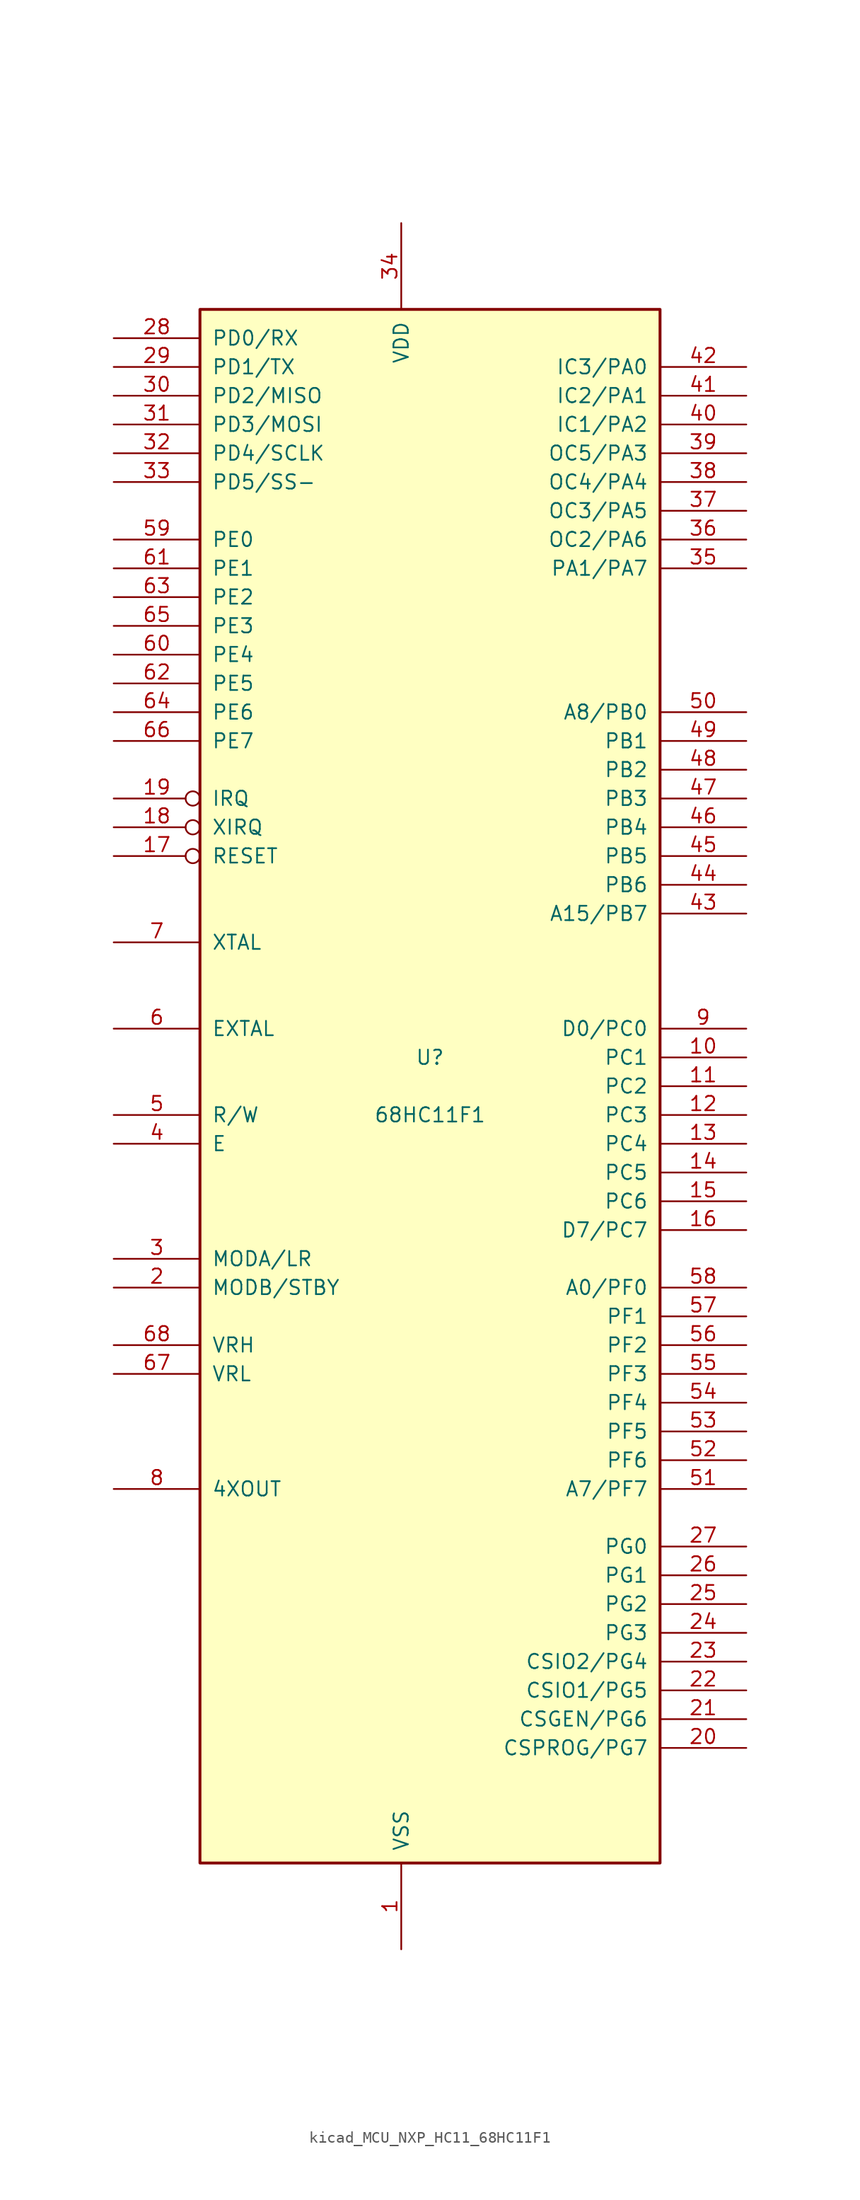
<source format=kicad_sym>
(kicad_symbol_lib
  (version 20220914)
  (generator kicad_symbol_editor)
  (symbol "kicad_MCU_NXP_HC11_68HC11F1"
    (pin_names
      (offset 1.016))
    (property "Reference" "U"
      (at 0 2.54 0)
      (effects (font (size 1.27 1.27))))
    (property "Value" "68HC11F1"
      (at 0 -2.54 0)
      (effects (font (size 1.27 1.27))))
    (symbol "kicad_MCU_NXP_HC11_68HC11F1_0_1"
      (rectangle (start -20.32 -68.58) (end 20.32 68.58) (stroke (width 0.254) (type default)) (fill (type background))))
    (symbol "kicad_MCU_NXP_HC11_68HC11F1_1_1"
      (pin power_in line (at -2.54 -76.2 90) (length 7.62) (name "VSS" (effects (font (size 1.27 1.27)))) (number "1" (effects (font (size 1.27 1.27)))))
      (pin bidirectional line (at 27.94 2.54 180) (length 7.62) (name "PC1" (effects (font (size 1.27 1.27)))) (number "10" (effects (font (size 1.27 1.27)))))
      (pin bidirectional line (at 27.94 0 180) (length 7.62) (name "PC2" (effects (font (size 1.27 1.27)))) (number "11" (effects (font (size 1.27 1.27)))))
      (pin input line (at 27.94 -2.54 180) (length 7.62) (name "PC3" (effects (font (size 1.27 1.27)))) (number "12" (effects (font (size 1.27 1.27)))))
      (pin bidirectional line (at 27.94 -5.08 180) (length 7.62) (name "PC4" (effects (font (size 1.27 1.27)))) (number "13" (effects (font (size 1.27 1.27)))))
      (pin bidirectional line (at 27.94 -7.62 180) (length 7.62) (name "PC5" (effects (font (size 1.27 1.27)))) (number "14" (effects (font (size 1.27 1.27)))))
      (pin bidirectional line (at 27.94 -10.16 180) (length 7.62) (name "PC6" (effects (font (size 1.27 1.27)))) (number "15" (effects (font (size 1.27 1.27)))))
      (pin bidirectional line (at 27.94 -12.7 180) (length 7.62) (name "D7/PC7" (effects (font (size 1.27 1.27)))) (number "16" (effects (font (size 1.27 1.27)))))
      (pin input inverted (at -27.94 20.32 0) (length 7.62) (name "RESET" (effects (font (size 1.27 1.27)))) (number "17" (effects (font (size 1.27 1.27)))))
      (pin input inverted (at -27.94 22.86 0) (length 7.62) (name "XIRQ" (effects (font (size 1.27 1.27)))) (number "18" (effects (font (size 1.27 1.27)))))
      (pin input inverted (at -27.94 25.4 0) (length 7.62) (name "IRQ" (effects (font (size 1.27 1.27)))) (number "19" (effects (font (size 1.27 1.27)))))
      (pin input line (at -27.94 -17.78 0) (length 7.62) (name "MODB/STBY" (effects (font (size 1.27 1.27)))) (number "2" (effects (font (size 1.27 1.27)))))
      (pin bidirectional line (at 27.94 -58.42 180) (length 7.62) (name "CSPROG/PG7" (effects (font (size 1.27 1.27)))) (number "20" (effects (font (size 1.27 1.27)))))
      (pin bidirectional line (at 27.94 -55.88 180) (length 7.62) (name "CSGEN/PG6" (effects (font (size 1.27 1.27)))) (number "21" (effects (font (size 1.27 1.27)))))
      (pin bidirectional line (at 27.94 -53.34 180) (length 7.62) (name "CSIO1/PG5" (effects (font (size 1.27 1.27)))) (number "22" (effects (font (size 1.27 1.27)))))
      (pin bidirectional line (at 27.94 -50.8 180) (length 7.62) (name "CSIO2/PG4" (effects (font (size 1.27 1.27)))) (number "23" (effects (font (size 1.27 1.27)))))
      (pin input line (at 27.94 -48.26 180) (length 7.62) (name "PG3" (effects (font (size 1.27 1.27)))) (number "24" (effects (font (size 1.27 1.27)))))
      (pin bidirectional line (at 27.94 -45.72 180) (length 7.62) (name "PG2" (effects (font (size 1.27 1.27)))) (number "25" (effects (font (size 1.27 1.27)))))
      (pin bidirectional line (at 27.94 -43.18 180) (length 7.62) (name "PG1" (effects (font (size 1.27 1.27)))) (number "26" (effects (font (size 1.27 1.27)))))
      (pin bidirectional line (at 27.94 -40.64 180) (length 7.62) (name "PG0" (effects (font (size 1.27 1.27)))) (number "27" (effects (font (size 1.27 1.27)))))
      (pin bidirectional line (at -27.94 66.04 0) (length 7.62) (name "PD0/RX" (effects (font (size 1.27 1.27)))) (number "28" (effects (font (size 1.27 1.27)))))
      (pin bidirectional line (at -27.94 63.5 0) (length 7.62) (name "PD1/TX" (effects (font (size 1.27 1.27)))) (number "29" (effects (font (size 1.27 1.27)))))
      (pin input line (at -27.94 -15.24 0) (length 7.62) (name "MODA/LR" (effects (font (size 1.27 1.27)))) (number "3" (effects (font (size 1.27 1.27)))))
      (pin bidirectional line (at -27.94 60.96 0) (length 7.62) (name "PD2/MISO" (effects (font (size 1.27 1.27)))) (number "30" (effects (font (size 1.27 1.27)))))
      (pin bidirectional line (at -27.94 58.42 0) (length 7.62) (name "PD3/MOSI" (effects (font (size 1.27 1.27)))) (number "31" (effects (font (size 1.27 1.27)))))
      (pin bidirectional line (at -27.94 55.88 0) (length 7.62) (name "PD4/SCLK" (effects (font (size 1.27 1.27)))) (number "32" (effects (font (size 1.27 1.27)))))
      (pin bidirectional line (at -27.94 53.34 0) (length 7.62) (name "PD5/SS-" (effects (font (size 1.27 1.27)))) (number "33" (effects (font (size 1.27 1.27)))))
      (pin power_in line (at -2.54 76.2 270) (length 7.62) (name "VDD" (effects (font (size 1.27 1.27)))) (number "34" (effects (font (size 1.27 1.27)))))
      (pin bidirectional line (at 27.94 45.72 180) (length 7.62) (name "PA1/PA7" (effects (font (size 1.27 1.27)))) (number "35" (effects (font (size 1.27 1.27)))))
      (pin bidirectional line (at 27.94 48.26 180) (length 7.62) (name "OC2/PA6" (effects (font (size 1.27 1.27)))) (number "36" (effects (font (size 1.27 1.27)))))
      (pin bidirectional line (at 27.94 50.8 180) (length 7.62) (name "OC3/PA5" (effects (font (size 1.27 1.27)))) (number "37" (effects (font (size 1.27 1.27)))))
      (pin output line (at 27.94 53.34 180) (length 7.62) (name "OC4/PA4" (effects (font (size 1.27 1.27)))) (number "38" (effects (font (size 1.27 1.27)))))
      (pin bidirectional line (at 27.94 55.88 180) (length 7.62) (name "OC5/PA3" (effects (font (size 1.27 1.27)))) (number "39" (effects (font (size 1.27 1.27)))))
      (pin output line (at -27.94 -5.08 0) (length 7.62) (name "E" (effects (font (size 1.27 1.27)))) (number "4" (effects (font (size 1.27 1.27)))))
      (pin bidirectional line (at 27.94 58.42 180) (length 7.62) (name "IC1/PA2" (effects (font (size 1.27 1.27)))) (number "40" (effects (font (size 1.27 1.27)))))
      (pin bidirectional line (at 27.94 60.96 180) (length 7.62) (name "IC2/PA1" (effects (font (size 1.27 1.27)))) (number "41" (effects (font (size 1.27 1.27)))))
      (pin bidirectional line (at 27.94 63.5 180) (length 7.62) (name "IC3/PA0" (effects (font (size 1.27 1.27)))) (number "42" (effects (font (size 1.27 1.27)))))
      (pin output line (at 27.94 15.24 180) (length 7.62) (name "A15/PB7" (effects (font (size 1.27 1.27)))) (number "43" (effects (font (size 1.27 1.27)))))
      (pin output line (at 27.94 17.78 180) (length 7.62) (name "PB6" (effects (font (size 1.27 1.27)))) (number "44" (effects (font (size 1.27 1.27)))))
      (pin output line (at 27.94 20.32 180) (length 7.62) (name "PB5" (effects (font (size 1.27 1.27)))) (number "45" (effects (font (size 1.27 1.27)))))
      (pin output line (at 27.94 22.86 180) (length 7.62) (name "PB4" (effects (font (size 1.27 1.27)))) (number "46" (effects (font (size 1.27 1.27)))))
      (pin output line (at 27.94 25.4 180) (length 7.62) (name "PB3" (effects (font (size 1.27 1.27)))) (number "47" (effects (font (size 1.27 1.27)))))
      (pin output line (at 27.94 27.94 180) (length 7.62) (name "PB2" (effects (font (size 1.27 1.27)))) (number "48" (effects (font (size 1.27 1.27)))))
      (pin tri_state line (at 27.94 30.48 180) (length 7.62) (name "PB1" (effects (font (size 1.27 1.27)))) (number "49" (effects (font (size 1.27 1.27)))))
      (pin output line (at -27.94 -2.54 0) (length 7.62) (name "R/W" (effects (font (size 1.27 1.27)))) (number "5" (effects (font (size 1.27 1.27)))))
      (pin tri_state line (at 27.94 33.02 180) (length 7.62) (name "A8/PB0" (effects (font (size 1.27 1.27)))) (number "50" (effects (font (size 1.27 1.27)))))
      (pin bidirectional line (at 27.94 -35.56 180) (length 7.62) (name "A7/PF7" (effects (font (size 1.27 1.27)))) (number "51" (effects (font (size 1.27 1.27)))))
      (pin bidirectional line (at 27.94 -33.02 180) (length 7.62) (name "PF6" (effects (font (size 1.27 1.27)))) (number "52" (effects (font (size 1.27 1.27)))))
      (pin bidirectional line (at 27.94 -30.48 180) (length 7.62) (name "PF5" (effects (font (size 1.27 1.27)))) (number "53" (effects (font (size 1.27 1.27)))))
      (pin bidirectional line (at 27.94 -27.94 180) (length 7.62) (name "PF4" (effects (font (size 1.27 1.27)))) (number "54" (effects (font (size 1.27 1.27)))))
      (pin bidirectional line (at 27.94 -25.4 180) (length 7.62) (name "PF3" (effects (font (size 1.27 1.27)))) (number "55" (effects (font (size 1.27 1.27)))))
      (pin bidirectional line (at 27.94 -22.86 180) (length 7.62) (name "PF2" (effects (font (size 1.27 1.27)))) (number "56" (effects (font (size 1.27 1.27)))))
      (pin bidirectional line (at 27.94 -20.32 180) (length 7.62) (name "PF1" (effects (font (size 1.27 1.27)))) (number "57" (effects (font (size 1.27 1.27)))))
      (pin bidirectional line (at 27.94 -17.78 180) (length 7.62) (name "A0/PF0" (effects (font (size 1.27 1.27)))) (number "58" (effects (font (size 1.27 1.27)))))
      (pin input line (at -27.94 48.26 0) (length 7.62) (name "PE0" (effects (font (size 1.27 1.27)))) (number "59" (effects (font (size 1.27 1.27)))))
      (pin input line (at -27.94 5.08 0) (length 7.62) (name "EXTAL" (effects (font (size 1.27 1.27)))) (number "6" (effects (font (size 1.27 1.27)))))
      (pin input line (at -27.94 38.1 0) (length 7.62) (name "PE4" (effects (font (size 1.27 1.27)))) (number "60" (effects (font (size 1.27 1.27)))))
      (pin input line (at -27.94 45.72 0) (length 7.62) (name "PE1" (effects (font (size 1.27 1.27)))) (number "61" (effects (font (size 1.27 1.27)))))
      (pin input line (at -27.94 35.56 0) (length 7.62) (name "PE5" (effects (font (size 1.27 1.27)))) (number "62" (effects (font (size 1.27 1.27)))))
      (pin input line (at -27.94 43.18 0) (length 7.62) (name "PE2" (effects (font (size 1.27 1.27)))) (number "63" (effects (font (size 1.27 1.27)))))
      (pin input line (at -27.94 33.02 0) (length 7.62) (name "PE6" (effects (font (size 1.27 1.27)))) (number "64" (effects (font (size 1.27 1.27)))))
      (pin input line (at -27.94 40.64 0) (length 7.62) (name "PE3" (effects (font (size 1.27 1.27)))) (number "65" (effects (font (size 1.27 1.27)))))
      (pin input line (at -27.94 30.48 0) (length 7.62) (name "PE7" (effects (font (size 1.27 1.27)))) (number "66" (effects (font (size 1.27 1.27)))))
      (pin passive line (at -27.94 -25.4 0) (length 7.62) (name "VRL" (effects (font (size 1.27 1.27)))) (number "67" (effects (font (size 1.27 1.27)))))
      (pin passive line (at -27.94 -22.86 0) (length 7.62) (name "VRH" (effects (font (size 1.27 1.27)))) (number "68" (effects (font (size 1.27 1.27)))))
      (pin output line (at -27.94 12.7 0) (length 7.62) (name "XTAL" (effects (font (size 1.27 1.27)))) (number "7" (effects (font (size 1.27 1.27)))))
      (pin output line (at -27.94 -35.56 0) (length 7.62) (name "4XOUT" (effects (font (size 1.27 1.27)))) (number "8" (effects (font (size 1.27 1.27)))))
      (pin bidirectional line (at 27.94 5.08 180) (length 7.62) (name "D0/PC0" (effects (font (size 1.27 1.27)))) (number "9" (effects (font (size 1.27 1.27))))))))
</source>
